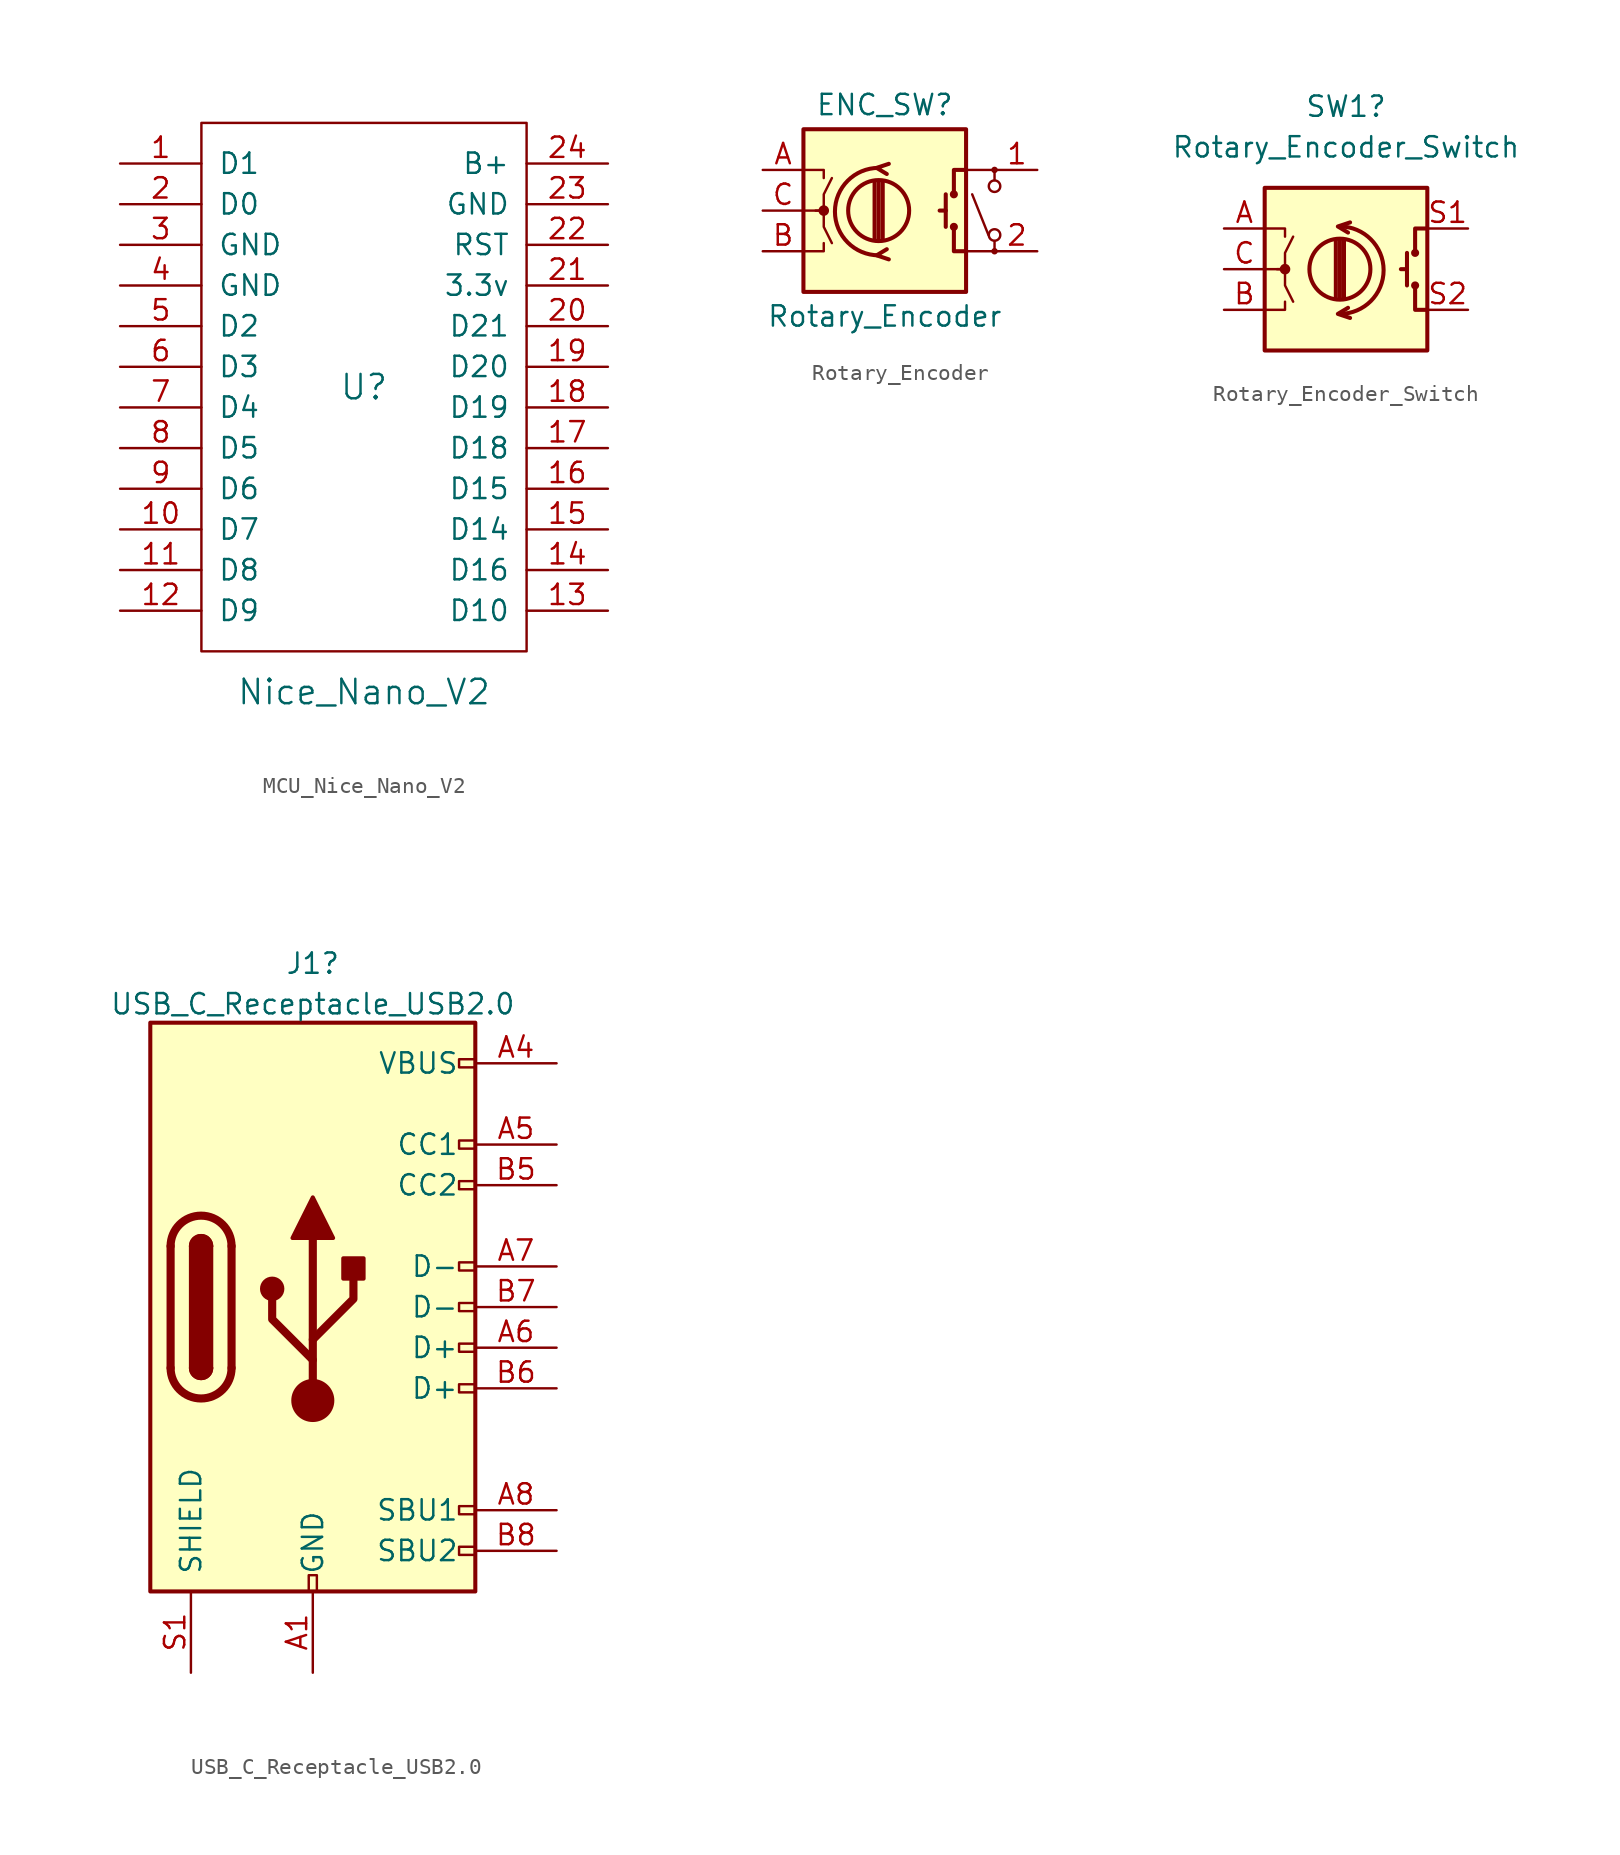
<source format=kicad_sym>
(kicad_symbol_lib
  (version 20220914)
  (generator kicad_symbol_editor)
  (symbol "MCU_Nice_Nano_V2"
    (pin_names
      (offset 1.016))
    (property "Reference" "U"
      (at 0 0 0)
      (effects (font (size 1.524 1.524))))
    (property "Value" "Nice_Nano_V2"
      (at 0 -19.05 0)
      (effects (font (size 1.524 1.524))))
    (symbol "MCU_Nice_Nano_V2_0_1"
      (rectangle (start -10.16 16.51) (end 10.16 -16.51) (stroke (width 0) (type solid)) (fill (type none))))
    (symbol "MCU_Nice_Nano_V2_1_1"
      (pin input line (at -15.24 13.97 0) (length 5.08) (name "D1" (effects (font (size 1.27 1.27)))) (number "1" (effects (font (size 1.27 1.27)))))
      (pin input line (at -15.24 -8.89 0) (length 5.08) (name "D7" (effects (font (size 1.27 1.27)))) (number "10" (effects (font (size 1.27 1.27)))))
      (pin input line (at -15.24 -11.43 0) (length 5.08) (name "D8" (effects (font (size 1.27 1.27)))) (number "11" (effects (font (size 1.27 1.27)))))
      (pin input line (at -15.24 -13.97 0) (length 5.08) (name "D9" (effects (font (size 1.27 1.27)))) (number "12" (effects (font (size 1.27 1.27)))))
      (pin input line (at 15.24 -13.97 180) (length 5.08) (name "D10" (effects (font (size 1.27 1.27)))) (number "13" (effects (font (size 1.27 1.27)))))
      (pin input line (at 15.24 -11.43 180) (length 5.08) (name "D16" (effects (font (size 1.27 1.27)))) (number "14" (effects (font (size 1.27 1.27)))))
      (pin input line (at 15.24 -8.89 180) (length 5.08) (name "D14" (effects (font (size 1.27 1.27)))) (number "15" (effects (font (size 1.27 1.27)))))
      (pin input line (at 15.24 -6.35 180) (length 5.08) (name "D15" (effects (font (size 1.27 1.27)))) (number "16" (effects (font (size 1.27 1.27)))))
      (pin input line (at 15.24 -3.81 180) (length 5.08) (name "D18" (effects (font (size 1.27 1.27)))) (number "17" (effects (font (size 1.27 1.27)))))
      (pin input line (at 15.24 -1.27 180) (length 5.08) (name "D19" (effects (font (size 1.27 1.27)))) (number "18" (effects (font (size 1.27 1.27)))))
      (pin input line (at 15.24 1.27 180) (length 5.08) (name "D20" (effects (font (size 1.27 1.27)))) (number "19" (effects (font (size 1.27 1.27)))))
      (pin input line (at -15.24 11.43 0) (length 5.08) (name "D0" (effects (font (size 1.27 1.27)))) (number "2" (effects (font (size 1.27 1.27)))))
      (pin input line (at 15.24 3.81 180) (length 5.08) (name "D21" (effects (font (size 1.27 1.27)))) (number "20" (effects (font (size 1.27 1.27)))))
      (pin input line (at 15.24 6.35 180) (length 5.08) (name "3.3v" (effects (font (size 1.27 1.27)))) (number "21" (effects (font (size 1.27 1.27)))))
      (pin input line (at 15.24 8.89 180) (length 5.08) (name "RST" (effects (font (size 1.27 1.27)))) (number "22" (effects (font (size 1.27 1.27)))))
      (pin input line (at 15.24 11.43 180) (length 5.08) (name "GND" (effects (font (size 1.27 1.27)))) (number "23" (effects (font (size 1.27 1.27)))))
      (pin input line (at 15.24 13.97 180) (length 5.08) (name "B+" (effects (font (size 1.27 1.27)))) (number "24" (effects (font (size 1.27 1.27)))))
      (pin input line (at -15.24 8.89 0) (length 5.08) (name "GND" (effects (font (size 1.27 1.27)))) (number "3" (effects (font (size 1.27 1.27)))))
      (pin input line (at -15.24 6.35 0) (length 5.08) (name "GND" (effects (font (size 1.27 1.27)))) (number "4" (effects (font (size 1.27 1.27)))))
      (pin input line (at -15.24 3.81 0) (length 5.08) (name "D2" (effects (font (size 1.27 1.27)))) (number "5" (effects (font (size 1.27 1.27)))))
      (pin input line (at -15.24 1.27 0) (length 5.08) (name "D3" (effects (font (size 1.27 1.27)))) (number "6" (effects (font (size 1.27 1.27)))))
      (pin input line (at -15.24 -1.27 0) (length 5.08) (name "D4" (effects (font (size 1.27 1.27)))) (number "7" (effects (font (size 1.27 1.27)))))
      (pin input line (at -15.24 -3.81 0) (length 5.08) (name "D5" (effects (font (size 1.27 1.27)))) (number "8" (effects (font (size 1.27 1.27)))))
      (pin input line (at -15.24 -6.35 0) (length 5.08) (name "D6" (effects (font (size 1.27 1.27)))) (number "9" (effects (font (size 1.27 1.27)))))))
  (symbol "Rotary_Encoder"
    (pin_names
      (offset 0.254) hide)
    (property "Reference" "ENC_SW"
      (at 0 6.604 0)
      (effects (font (size 1.27 1.27))))
    (property "Value" "Rotary_Encoder"
      (at 0 -6.604 0)
      (effects (font (size 1.27 1.27))))
    (symbol "Rotary_Encoder_0_1"
      (rectangle (start -5.08 5.08) (end 5.08 -5.08) (stroke (width 0.254) (type default)) (fill (type background)))
      (circle (center -3.81 0) (radius 0.254) (stroke (width 0) (type default)) (fill (type outline)))
      (circle (center -0.381 0) (radius 1.905) (stroke (width 0.254) (type default)) (fill (type none)))
      (arc (start -0.381 2.667) (mid -3.0988 -0.0635) (end -0.381 -2.794) (stroke (width 0.254) (type default)) (fill (type none)))
      (polyline (pts (xy -0.635 -1.778) (xy -0.635 1.778)) (stroke (width 0.254) (type default)) (fill (type none)))
      (polyline (pts (xy -0.381 -1.778) (xy -0.381 1.778)) (stroke (width 0.254) (type default)) (fill (type none)))
      (polyline (pts (xy -0.127 1.778) (xy -0.127 -1.778)) (stroke (width 0.254) (type default)) (fill (type none)))
      (polyline (pts (xy 3.81 0) (xy 3.429 0)) (stroke (width 0.254) (type default)) (fill (type none)))
      (polyline (pts (xy 3.81 1.016) (xy 3.81 -1.016)) (stroke (width 0.254) (type default)) (fill (type none)))
      (polyline (pts (xy 6.477 -1.524) (xy 5.461 1.016)) (stroke (width 0) (type default)) (fill (type none)))
      (polyline (pts (xy 6.858 -2.54) (xy 5.08 -2.54)) (stroke (width 0) (type default)) (fill (type none)))
      (polyline (pts (xy 6.858 -1.905) (xy 6.858 -2.54)) (stroke (width 0) (type default)) (fill (type none)))
      (polyline (pts (xy 6.858 1.905) (xy 6.858 2.54)) (stroke (width 0) (type default)) (fill (type none)))
      (polyline (pts (xy 6.858 2.54) (xy 5.08 2.54)) (stroke (width 0) (type default)) (fill (type none)))
      (polyline (pts (xy -5.08 -2.54) (xy -3.81 -2.54) (xy -3.81 -2.032)) (stroke (width 0) (type default)) (fill (type none)))
      (polyline (pts (xy -5.08 2.54) (xy -3.81 2.54) (xy -3.81 2.032)) (stroke (width 0) (type default)) (fill (type none)))
      (polyline (pts (xy 0.254 -3.048) (xy -0.508 -2.794) (xy 0.127 -2.413)) (stroke (width 0.254) (type default)) (fill (type none)))
      (polyline (pts (xy 0.254 2.921) (xy -0.508 2.667) (xy 0.127 2.286)) (stroke (width 0.254) (type default)) (fill (type none)))
      (polyline (pts (xy 5.08 -2.54) (xy 4.318 -2.54) (xy 4.318 -1.016)) (stroke (width 0.254) (type default)) (fill (type none)))
      (polyline (pts (xy 5.08 2.54) (xy 4.318 2.54) (xy 4.318 1.016)) (stroke (width 0.254) (type default)) (fill (type none)))
      (polyline (pts (xy -5.08 0) (xy -3.81 0) (xy -3.81 -1.016) (xy -3.302 -2.032)) (stroke (width 0) (type default)) (fill (type none)))
      (polyline (pts (xy -4.318 0) (xy -3.81 0) (xy -3.81 1.016) (xy -3.302 2.032)) (stroke (width 0) (type default)) (fill (type none)))
      (circle (center 4.318 -1.016) (radius 0.127) (stroke (width 0.254) (type default)) (fill (type none)))
      (circle (center 4.318 1.016) (radius 0.127) (stroke (width 0.254) (type default)) (fill (type none)))
      (circle (center 6.858 -2.54) (radius 0.127) (stroke (width 0) (type default)) (fill (type none)))
      (circle (center 6.858 -1.524) (radius 0.359) (stroke (width 0) (type default)) (fill (type none)))
      (circle (center 6.858 1.524) (radius 0.359) (stroke (width 0) (type default)) (fill (type none)))
      (circle (center 6.858 2.54) (radius 0.127) (stroke (width 0) (type default)) (fill (type none))))
    (symbol "Rotary_Encoder_1_1"
      (pin passive line (at 9.525 2.54 180) (length 2.54) (name "1" (effects (font (size 1.27 1.27)))) (number "1" (effects (font (size 1.27 1.27)))))
      (pin passive line (at 9.525 -2.54 180) (length 2.54) (name "2" (effects (font (size 1.27 1.27)))) (number "2" (effects (font (size 1.27 1.27)))))
      (pin passive line (at -7.62 2.54 0) (length 2.54) (name "A" (effects (font (size 1.27 1.27)))) (number "A" (effects (font (size 1.27 1.27)))))
      (pin passive line (at -7.62 -2.54 0) (length 2.54) (name "B" (effects (font (size 1.27 1.27)))) (number "B" (effects (font (size 1.27 1.27)))))
      (pin passive line (at -7.62 0 0) (length 2.54) (name "C" (effects (font (size 1.27 1.27)))) (number "C" (effects (font (size 1.27 1.27)))))))
  (symbol "Rotary_Encoder_Switch"
    (pin_names
      (offset 0.254) hide)
    (property "Reference" "SW1"
      (at 0 10.16 0)
      (effects (font (size 1.27 1.27))))
    (property "Value" "Rotary_Encoder_Switch"
      (at 0 7.62 0)
      (effects (font (size 1.27 1.27))))
    (symbol "Rotary_Encoder_Switch_0_1"
      (rectangle (start -5.08 5.08) (end 5.08 -5.08) (stroke (width 0.254) (type default)) (fill (type background)))
      (circle (center -3.81 0) (radius 0.254) (stroke (width 0) (type default)) (fill (type outline)))
      (arc (start -0.381 -2.794) (mid 2.3376 -0.0635) (end -0.381 2.667) (stroke (width 0.254) (type default)) (fill (type none)))
      (circle (center -0.381 0) (radius 1.905) (stroke (width 0.254) (type default)) (fill (type none)))
      (polyline (pts (xy -0.635 -1.778) (xy -0.635 1.778)) (stroke (width 0.254) (type default)) (fill (type none)))
      (polyline (pts (xy -0.381 -1.778) (xy -0.381 1.778)) (stroke (width 0.254) (type default)) (fill (type none)))
      (polyline (pts (xy -0.127 1.778) (xy -0.127 -1.778)) (stroke (width 0.254) (type default)) (fill (type none)))
      (polyline (pts (xy 3.81 0) (xy 3.429 0)) (stroke (width 0.254) (type default)) (fill (type none)))
      (polyline (pts (xy 3.81 1.016) (xy 3.81 -1.016)) (stroke (width 0.254) (type default)) (fill (type none)))
      (polyline (pts (xy -5.08 -2.54) (xy -3.81 -2.54) (xy -3.81 -2.032)) (stroke (width 0) (type default)) (fill (type none)))
      (polyline (pts (xy -5.08 2.54) (xy -3.81 2.54) (xy -3.81 2.032)) (stroke (width 0) (type default)) (fill (type none)))
      (polyline (pts (xy 0.254 -3.048) (xy -0.508 -2.794) (xy 0.127 -2.413)) (stroke (width 0.254) (type default)) (fill (type none)))
      (polyline (pts (xy 0.254 2.921) (xy -0.508 2.667) (xy 0.127 2.286)) (stroke (width 0.254) (type default)) (fill (type none)))
      (polyline (pts (xy 5.08 -2.54) (xy 4.318 -2.54) (xy 4.318 -1.016)) (stroke (width 0.254) (type default)) (fill (type none)))
      (polyline (pts (xy 5.08 2.54) (xy 4.318 2.54) (xy 4.318 1.016)) (stroke (width 0.254) (type default)) (fill (type none)))
      (polyline (pts (xy -5.08 0) (xy -3.81 0) (xy -3.81 -1.016) (xy -3.302 -2.032)) (stroke (width 0) (type default)) (fill (type none)))
      (polyline (pts (xy -4.318 0) (xy -3.81 0) (xy -3.81 1.016) (xy -3.302 2.032)) (stroke (width 0) (type default)) (fill (type none)))
      (circle (center 4.318 -1.016) (radius 0.127) (stroke (width 0.254) (type default)) (fill (type none)))
      (circle (center 4.318 1.016) (radius 0.127) (stroke (width 0.254) (type default)) (fill (type none))))
    (symbol "Rotary_Encoder_Switch_1_1"
      (pin passive line (at -7.62 2.54 0) (length 2.54) (name "A" (effects (font (size 1.27 1.27)))) (number "A" (effects (font (size 1.27 1.27)))))
      (pin passive line (at -7.62 -2.54 0) (length 2.54) (name "B" (effects (font (size 1.27 1.27)))) (number "B" (effects (font (size 1.27 1.27)))))
      (pin passive line (at -7.62 0 0) (length 2.54) (name "C" (effects (font (size 1.27 1.27)))) (number "C" (effects (font (size 1.27 1.27)))))
      (pin passive line (at 7.62 2.54 180) (length 2.54) (name "S1" (effects (font (size 1.27 1.27)))) (number "S1" (effects (font (size 1.27 1.27)))))
      (pin passive line (at 7.62 -2.54 180) (length 2.54) (name "S2" (effects (font (size 1.27 1.27)))) (number "S2" (effects (font (size 1.27 1.27)))))))
  (symbol "USB_C_Receptacle_USB2.0"
    (pin_names
      (offset 1.016))
    (property "Reference" "J1"
      (at 0 21.48 0)
      (effects (font (size 1.27 1.27))))
    (property "Value" "USB_C_Receptacle_USB2.0"
      (at 0 18.943 0)
      (effects (font (size 1.27 1.27))))
    (symbol "USB_C_Receptacle_USB2.0_0_0"
      (rectangle (start -0.254 -17.78) (end 0.254 -16.764) (stroke (width 0) (type default)) (fill (type none)))
      (rectangle (start 10.16 -14.986) (end 9.144 -15.494) (stroke (width 0) (type default)) (fill (type none)))
      (rectangle (start 10.16 -12.446) (end 9.144 -12.954) (stroke (width 0) (type default)) (fill (type none)))
      (rectangle (start 10.16 -4.826) (end 9.144 -5.334) (stroke (width 0) (type default)) (fill (type none)))
      (rectangle (start 10.16 -2.286) (end 9.144 -2.794) (stroke (width 0) (type default)) (fill (type none)))
      (rectangle (start 10.16 0.254) (end 9.144 -0.254) (stroke (width 0) (type default)) (fill (type none)))
      (rectangle (start 10.16 2.794) (end 9.144 2.286) (stroke (width 0) (type default)) (fill (type none)))
      (rectangle (start 10.16 7.874) (end 9.144 7.366) (stroke (width 0) (type default)) (fill (type none)))
      (rectangle (start 10.16 10.414) (end 9.144 9.906) (stroke (width 0) (type default)) (fill (type none)))
      (rectangle (start 10.16 15.494) (end 9.144 14.986) (stroke (width 0) (type default)) (fill (type none))))
    (symbol "USB_C_Receptacle_USB2.0_0_1"
      (rectangle (start -10.16 17.78) (end 10.16 -17.78) (stroke (width 0.254) (type default)) (fill (type background)))
      (arc (start -8.89 -3.81) (mid -6.985 -5.7066) (end -5.08 -3.81) (stroke (width 0.508) (type default)) (fill (type none)))
      (arc (start -7.62 -3.81) (mid -6.985 -4.4422) (end -6.35 -3.81) (stroke (width 0.254) (type default)) (fill (type none)))
      (arc (start -7.62 -3.81) (mid -6.985 -4.4422) (end -6.35 -3.81) (stroke (width 0.254) (type default)) (fill (type outline)))
      (rectangle (start -7.62 -3.81) (end -6.35 3.81) (stroke (width 0.254) (type default)) (fill (type outline)))
      (arc (start -6.35 3.81) (mid -6.985 4.4422) (end -7.62 3.81) (stroke (width 0.254) (type default)) (fill (type none)))
      (arc (start -6.35 3.81) (mid -6.985 4.4422) (end -7.62 3.81) (stroke (width 0.254) (type default)) (fill (type outline)))
      (arc (start -5.08 3.81) (mid -6.985 5.7066) (end -8.89 3.81) (stroke (width 0.508) (type default)) (fill (type none)))
      (circle (center -2.54 1.143) (radius 0.635) (stroke (width 0.254) (type default)) (fill (type outline)))
      (circle (center 0 -5.842) (radius 1.27) (stroke (width 0) (type default)) (fill (type outline)))
      (polyline (pts (xy -8.89 -3.81) (xy -8.89 3.81)) (stroke (width 0.508) (type default)) (fill (type none)))
      (polyline (pts (xy -5.08 3.81) (xy -5.08 -3.81)) (stroke (width 0.508) (type default)) (fill (type none)))
      (polyline (pts (xy 0 -5.842) (xy 0 4.318)) (stroke (width 0.508) (type default)) (fill (type none)))
      (polyline (pts (xy 0 -3.302) (xy -2.54 -0.762) (xy -2.54 0.508)) (stroke (width 0.508) (type default)) (fill (type none)))
      (polyline (pts (xy 0 -2.032) (xy 2.54 0.508) (xy 2.54 1.778)) (stroke (width 0.508) (type default)) (fill (type none)))
      (polyline (pts (xy -1.27 4.318) (xy 0 6.858) (xy 1.27 4.318) (xy -1.27 4.318)) (stroke (width 0.254) (type default)) (fill (type outline)))
      (rectangle (start 1.905 1.778) (end 3.175 3.048) (stroke (width 0.254) (type default)) (fill (type outline))))
    (symbol "USB_C_Receptacle_USB2.0_1_1"
      (pin passive line (at 0 -22.86 90) (length 5.08) (name "GND" (effects (font (size 1.27 1.27)))) (number "A1" (effects (font (size 1.27 1.27)))))
      (pin passive line (at 0 -22.86 90) (length 5.08) hide (name "GND" (effects (font (size 1.27 1.27)))) (number "A12" (effects (font (size 1.27 1.27)))))
      (pin passive line (at 15.24 15.24 180) (length 5.08) (name "VBUS" (effects (font (size 1.27 1.27)))) (number "A4" (effects (font (size 1.27 1.27)))))
      (pin bidirectional line (at 15.24 10.16 180) (length 5.08) (name "CC1" (effects (font (size 1.27 1.27)))) (number "A5" (effects (font (size 1.27 1.27)))))
      (pin bidirectional line (at 15.24 -2.54 180) (length 5.08) (name "D+" (effects (font (size 1.27 1.27)))) (number "A6" (effects (font (size 1.27 1.27)))))
      (pin bidirectional line (at 15.24 2.54 180) (length 5.08) (name "D-" (effects (font (size 1.27 1.27)))) (number "A7" (effects (font (size 1.27 1.27)))))
      (pin bidirectional line (at 15.24 -12.7 180) (length 5.08) (name "SBU1" (effects (font (size 1.27 1.27)))) (number "A8" (effects (font (size 1.27 1.27)))))
      (pin passive line (at 15.24 15.24 180) (length 5.08) hide (name "VBUS" (effects (font (size 1.27 1.27)))) (number "A9" (effects (font (size 1.27 1.27)))))
      (pin passive line (at 0 -22.86 90) (length 5.08) hide (name "GND" (effects (font (size 1.27 1.27)))) (number "B1" (effects (font (size 1.27 1.27)))))
      (pin passive line (at 0 -22.86 90) (length 5.08) hide (name "GND" (effects (font (size 1.27 1.27)))) (number "B12" (effects (font (size 1.27 1.27)))))
      (pin passive line (at 15.24 15.24 180) (length 5.08) hide (name "VBUS" (effects (font (size 1.27 1.27)))) (number "B4" (effects (font (size 1.27 1.27)))))
      (pin bidirectional line (at 15.24 7.62 180) (length 5.08) (name "CC2" (effects (font (size 1.27 1.27)))) (number "B5" (effects (font (size 1.27 1.27)))))
      (pin bidirectional line (at 15.24 -5.08 180) (length 5.08) (name "D+" (effects (font (size 1.27 1.27)))) (number "B6" (effects (font (size 1.27 1.27)))))
      (pin bidirectional line (at 15.24 0 180) (length 5.08) (name "D-" (effects (font (size 1.27 1.27)))) (number "B7" (effects (font (size 1.27 1.27)))))
      (pin bidirectional line (at 15.24 -15.24 180) (length 5.08) (name "SBU2" (effects (font (size 1.27 1.27)))) (number "B8" (effects (font (size 1.27 1.27)))))
      (pin passive line (at 15.24 15.24 180) (length 5.08) hide (name "VBUS" (effects (font (size 1.27 1.27)))) (number "B9" (effects (font (size 1.27 1.27)))))
      (pin passive line (at -7.62 -22.86 90) (length 5.08) (name "SHIELD" (effects (font (size 1.27 1.27)))) (number "S1" (effects (font (size 1.27 1.27))))))))
</source>
